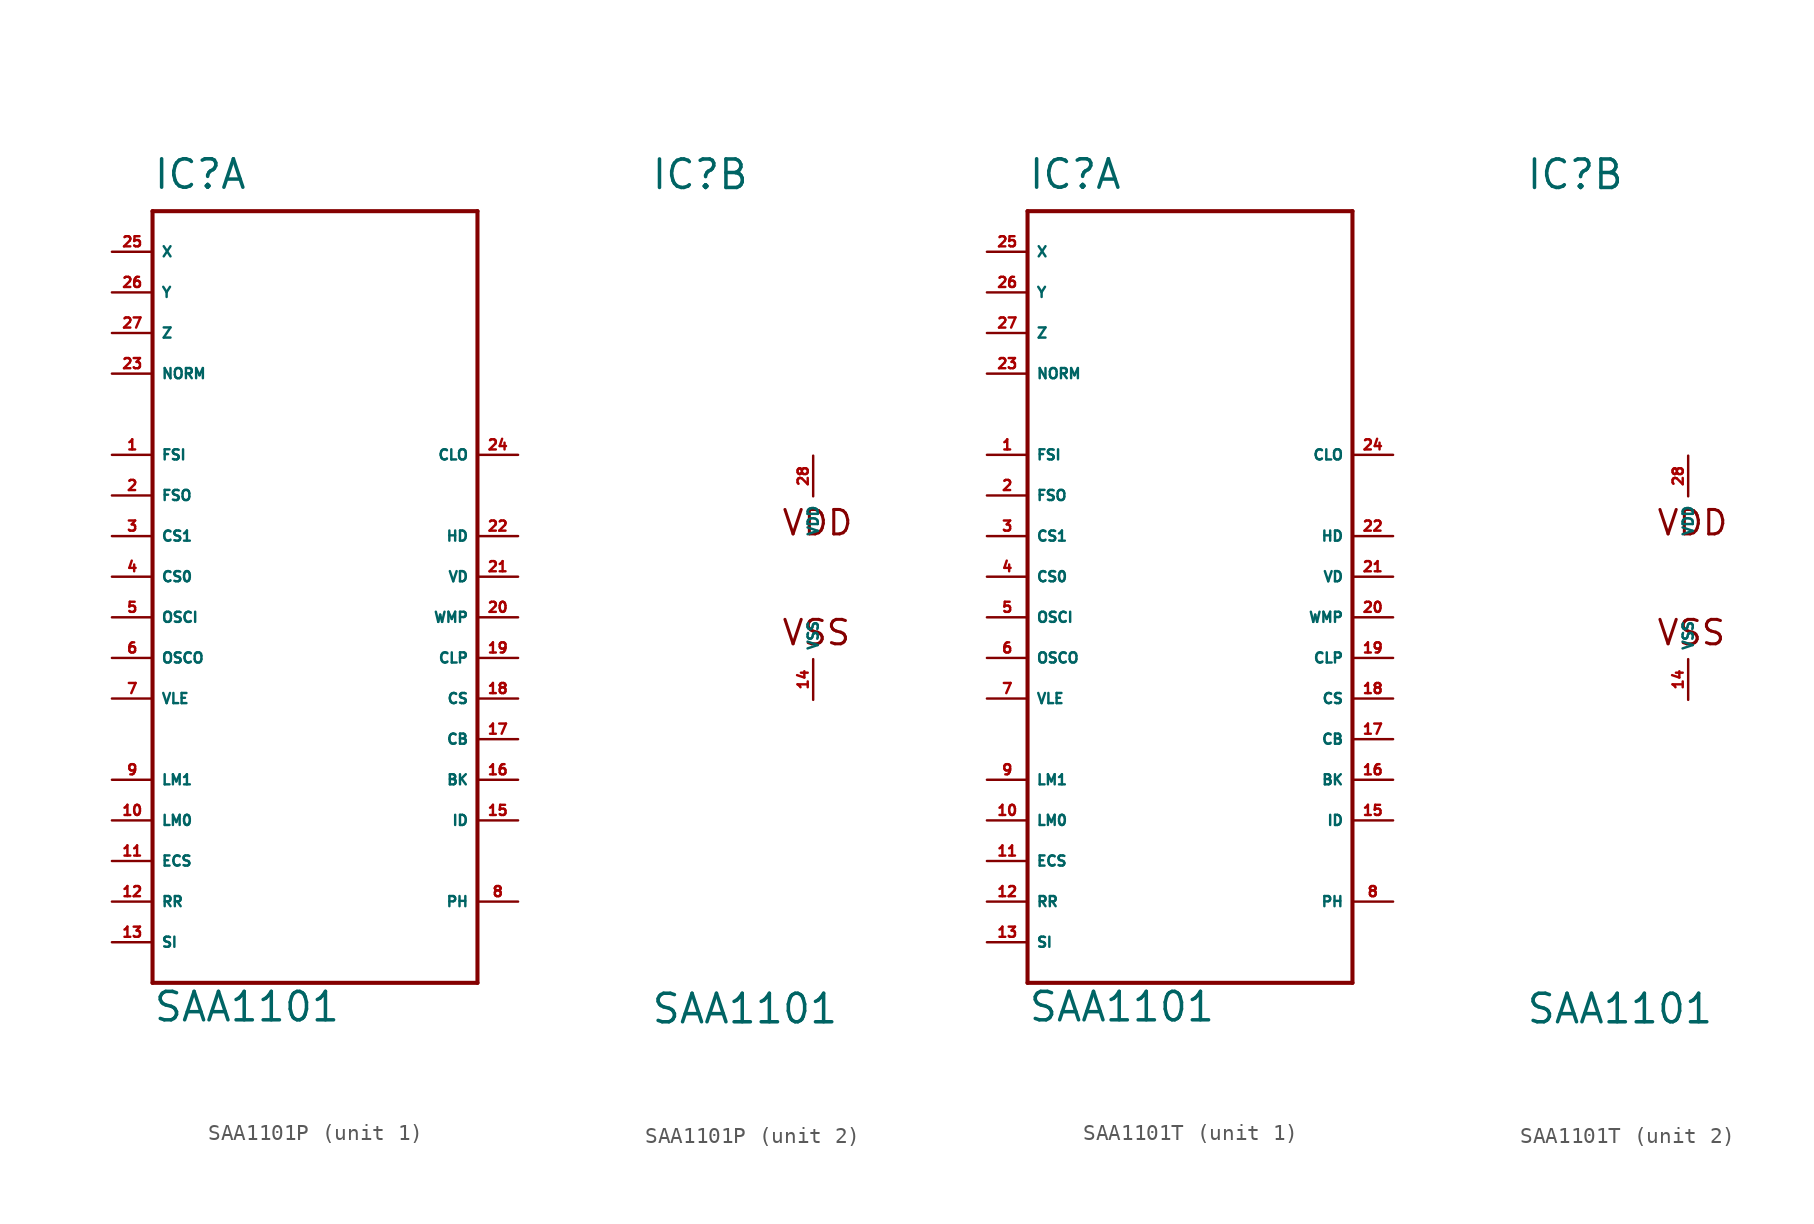
<source format=kicad_sym>
(kicad_symbol_lib
  (version 20220914)
  (generator Eagle2Kicad)
  (symbol "SAA1101P"
    (property "Reference" "IC"
      (at -10.16 24.13 0)
      (effects (font (size 1.778 1.778) (thickness 0.22)) (justify left bottom)))
    (property "Value" "SAA1101"
      (at -10.16 -27.94 0)
      (effects (font (size 1.778 1.778) (thickness 0.22)) (justify left bottom)))
    (symbol "SAA1101P_1_0"
      (polyline (pts (xy -10.16 22.86) (xy 10.16 22.86)) (stroke (width 0.254) (type default)) (fill (type none)))
      (polyline (pts (xy 10.16 22.86) (xy 10.16 -25.4)) (stroke (width 0.254) (type default)) (fill (type none)))
      (polyline (pts (xy 10.16 -25.4) (xy -10.16 -25.4)) (stroke (width 0.254) (type default)) (fill (type none)))
      (polyline (pts (xy -10.16 -25.4) (xy -10.16 22.86)) (stroke (width 0.254) (type default)) (fill (type none)))
      (pin input line (at -12.7 7.62 0) (length 2.54) (name "FSI" (effects (font (size 0.635 0.635) (thickness 0.08)) (justify left bottom))) (number "1" (effects (font (size 0.635 0.635) (thickness 0.08)) (justify left bottom))))
      (pin output line (at -12.7 5.08 0) (length 2.54) (name "FSO" (effects (font (size 0.635 0.635) (thickness 0.08)) (justify left bottom))) (number "2" (effects (font (size 0.635 0.635) (thickness 0.08)) (justify left bottom))))
      (pin input line (at -12.7 2.54 0) (length 2.54) (name "CS1" (effects (font (size 0.635 0.635) (thickness 0.08)) (justify left bottom))) (number "3" (effects (font (size 0.635 0.635) (thickness 0.08)) (justify left bottom))))
      (pin input line (at -12.7 0 0) (length 2.54) (name "CS0" (effects (font (size 0.635 0.635) (thickness 0.08)) (justify left bottom))) (number "4" (effects (font (size 0.635 0.635) (thickness 0.08)) (justify left bottom))))
      (pin input line (at -12.7 -2.54 0) (length 2.54) (name "OSCI" (effects (font (size 0.635 0.635) (thickness 0.08)) (justify left bottom))) (number "5" (effects (font (size 0.635 0.635) (thickness 0.08)) (justify left bottom))))
      (pin output line (at -12.7 -5.08 0) (length 2.54) (name "OSCO" (effects (font (size 0.635 0.635) (thickness 0.08)) (justify left bottom))) (number "6" (effects (font (size 0.635 0.635) (thickness 0.08)) (justify left bottom))))
      (pin input line (at -12.7 -7.62 0) (length 2.54) (name "VLE" (effects (font (size 0.635 0.635) (thickness 0.08)) (justify left bottom))) (number "7" (effects (font (size 0.635 0.635) (thickness 0.08)) (justify left bottom))))
      (pin tri_state line (at 12.7 -20.32 180) (length 2.54) (name "PH" (effects (font (size 0.635 0.635) (thickness 0.08)) (justify left bottom))) (number "8" (effects (font (size 0.635 0.635) (thickness 0.08)) (justify left bottom))))
      (pin input line (at -12.7 -12.7 0) (length 2.54) (name "LM1" (effects (font (size 0.635 0.635) (thickness 0.08)) (justify left bottom))) (number "9" (effects (font (size 0.635 0.635) (thickness 0.08)) (justify left bottom))))
      (pin input line (at -12.7 -15.24 0) (length 2.54) (name "LM0" (effects (font (size 0.635 0.635) (thickness 0.08)) (justify left bottom))) (number "10" (effects (font (size 0.635 0.635) (thickness 0.08)) (justify left bottom))))
      (pin input line (at -12.7 -17.78 0) (length 2.54) (name "ECS" (effects (font (size 0.635 0.635) (thickness 0.08)) (justify left bottom))) (number "11" (effects (font (size 0.635 0.635) (thickness 0.08)) (justify left bottom))))
      (pin input line (at -12.7 -20.32 0) (length 2.54) (name "RR" (effects (font (size 0.635 0.635) (thickness 0.08)) (justify left bottom))) (number "12" (effects (font (size 0.635 0.635) (thickness 0.08)) (justify left bottom))))
      (pin input line (at -12.7 -22.86 0) (length 2.54) (name "SI" (effects (font (size 0.635 0.635) (thickness 0.08)) (justify left bottom))) (number "13" (effects (font (size 0.635 0.635) (thickness 0.08)) (justify left bottom))))
      (pin output line (at 12.7 -15.24 180) (length 2.54) (name "ID" (effects (font (size 0.635 0.635) (thickness 0.08)) (justify left bottom))) (number "15" (effects (font (size 0.635 0.635) (thickness 0.08)) (justify left bottom))))
      (pin output line (at 12.7 -12.7 180) (length 2.54) (name "BK" (effects (font (size 0.635 0.635) (thickness 0.08)) (justify left bottom))) (number "16" (effects (font (size 0.635 0.635) (thickness 0.08)) (justify left bottom))))
      (pin output line (at 12.7 -10.16 180) (length 2.54) (name "CB" (effects (font (size 0.635 0.635) (thickness 0.08)) (justify left bottom))) (number "17" (effects (font (size 0.635 0.635) (thickness 0.08)) (justify left bottom))))
      (pin output line (at 12.7 -7.62 180) (length 2.54) (name "CS" (effects (font (size 0.635 0.635) (thickness 0.08)) (justify left bottom))) (number "18" (effects (font (size 0.635 0.635) (thickness 0.08)) (justify left bottom))))
      (pin output line (at 12.7 -5.08 180) (length 2.54) (name "CLP" (effects (font (size 0.635 0.635) (thickness 0.08)) (justify left bottom))) (number "19" (effects (font (size 0.635 0.635) (thickness 0.08)) (justify left bottom))))
      (pin passive line (at 12.7 -2.54 180) (length 2.54) (name "WMP" (effects (font (size 0.635 0.635) (thickness 0.08)) (justify left bottom))) (number "20" (effects (font (size 0.635 0.635) (thickness 0.08)) (justify left bottom))))
      (pin output line (at 12.7 0 180) (length 2.54) (name "VD" (effects (font (size 0.635 0.635) (thickness 0.08)) (justify left bottom))) (number "21" (effects (font (size 0.635 0.635) (thickness 0.08)) (justify left bottom))))
      (pin output line (at 12.7 2.54 180) (length 2.54) (name "HD" (effects (font (size 0.635 0.635) (thickness 0.08)) (justify left bottom))) (number "22" (effects (font (size 0.635 0.635) (thickness 0.08)) (justify left bottom))))
      (pin input line (at -12.7 12.7 0) (length 2.54) (name "NORM" (effects (font (size 0.635 0.635) (thickness 0.08)) (justify left bottom))) (number "23" (effects (font (size 0.635 0.635) (thickness 0.08)) (justify left bottom))))
      (pin output line (at 12.7 7.62 180) (length 2.54) (name "CLO" (effects (font (size 0.635 0.635) (thickness 0.08)) (justify left bottom))) (number "24" (effects (font (size 0.635 0.635) (thickness 0.08)) (justify left bottom))))
      (pin input line (at -12.7 20.32 0) (length 2.54) (name "X" (effects (font (size 0.635 0.635) (thickness 0.08)) (justify left bottom))) (number "25" (effects (font (size 0.635 0.635) (thickness 0.08)) (justify left bottom))))
      (pin input line (at -12.7 17.78 0) (length 2.54) (name "Y" (effects (font (size 0.635 0.635) (thickness 0.08)) (justify left bottom))) (number "26" (effects (font (size 0.635 0.635) (thickness 0.08)) (justify left bottom))))
      (pin input line (at -12.7 15.24 0) (length 2.54) (name "Z" (effects (font (size 0.635 0.635) (thickness 0.08)) (justify left bottom))) (number "27" (effects (font (size 0.635 0.635) (thickness 0.08)) (justify left bottom)))))
    (symbol "SAA1101P_2_0"
      (text "VDD" (at -2.032 2.54 0) (effects (font (size 1.524 1.524) (thickness 0.19)) (justify left bottom)))
      (text "VSS" (at -2.032 -4.318 0) (effects (font (size 1.524 1.524) (thickness 0.19)) (justify left bottom)))
      (pin unspecified line (at 0 7.62 270) (length 2.54) (name "VDD" (effects (font (size 0.635 0.635) (thickness 0.08)) (justify left bottom))) (number "28" (effects (font (size 0.635 0.635) (thickness 0.08)) (justify left bottom))))
      (pin unspecified line (at 0 -7.62 90) (length 2.54) (name "VSS" (effects (font (size 0.635 0.635) (thickness 0.08)) (justify left bottom))) (number "14" (effects (font (size 0.635 0.635) (thickness 0.08)) (justify left bottom))))))
  (symbol "SAA1101T"
    (property "Reference" "IC"
      (at -10.16 24.13 0)
      (effects (font (size 1.778 1.778) (thickness 0.22)) (justify left bottom)))
    (property "Value" "SAA1101"
      (at -10.16 -27.94 0)
      (effects (font (size 1.778 1.778) (thickness 0.22)) (justify left bottom)))
    (symbol "SAA1101T_1_0"
      (polyline (pts (xy -10.16 22.86) (xy 10.16 22.86)) (stroke (width 0.254) (type default)) (fill (type none)))
      (polyline (pts (xy 10.16 22.86) (xy 10.16 -25.4)) (stroke (width 0.254) (type default)) (fill (type none)))
      (polyline (pts (xy 10.16 -25.4) (xy -10.16 -25.4)) (stroke (width 0.254) (type default)) (fill (type none)))
      (polyline (pts (xy -10.16 -25.4) (xy -10.16 22.86)) (stroke (width 0.254) (type default)) (fill (type none)))
      (pin input line (at -12.7 7.62 0) (length 2.54) (name "FSI" (effects (font (size 0.635 0.635) (thickness 0.08)) (justify left bottom))) (number "1" (effects (font (size 0.635 0.635) (thickness 0.08)) (justify left bottom))))
      (pin output line (at -12.7 5.08 0) (length 2.54) (name "FSO" (effects (font (size 0.635 0.635) (thickness 0.08)) (justify left bottom))) (number "2" (effects (font (size 0.635 0.635) (thickness 0.08)) (justify left bottom))))
      (pin input line (at -12.7 2.54 0) (length 2.54) (name "CS1" (effects (font (size 0.635 0.635) (thickness 0.08)) (justify left bottom))) (number "3" (effects (font (size 0.635 0.635) (thickness 0.08)) (justify left bottom))))
      (pin input line (at -12.7 0 0) (length 2.54) (name "CS0" (effects (font (size 0.635 0.635) (thickness 0.08)) (justify left bottom))) (number "4" (effects (font (size 0.635 0.635) (thickness 0.08)) (justify left bottom))))
      (pin input line (at -12.7 -2.54 0) (length 2.54) (name "OSCI" (effects (font (size 0.635 0.635) (thickness 0.08)) (justify left bottom))) (number "5" (effects (font (size 0.635 0.635) (thickness 0.08)) (justify left bottom))))
      (pin output line (at -12.7 -5.08 0) (length 2.54) (name "OSCO" (effects (font (size 0.635 0.635) (thickness 0.08)) (justify left bottom))) (number "6" (effects (font (size 0.635 0.635) (thickness 0.08)) (justify left bottom))))
      (pin input line (at -12.7 -7.62 0) (length 2.54) (name "VLE" (effects (font (size 0.635 0.635) (thickness 0.08)) (justify left bottom))) (number "7" (effects (font (size 0.635 0.635) (thickness 0.08)) (justify left bottom))))
      (pin tri_state line (at 12.7 -20.32 180) (length 2.54) (name "PH" (effects (font (size 0.635 0.635) (thickness 0.08)) (justify left bottom))) (number "8" (effects (font (size 0.635 0.635) (thickness 0.08)) (justify left bottom))))
      (pin input line (at -12.7 -12.7 0) (length 2.54) (name "LM1" (effects (font (size 0.635 0.635) (thickness 0.08)) (justify left bottom))) (number "9" (effects (font (size 0.635 0.635) (thickness 0.08)) (justify left bottom))))
      (pin input line (at -12.7 -15.24 0) (length 2.54) (name "LM0" (effects (font (size 0.635 0.635) (thickness 0.08)) (justify left bottom))) (number "10" (effects (font (size 0.635 0.635) (thickness 0.08)) (justify left bottom))))
      (pin input line (at -12.7 -17.78 0) (length 2.54) (name "ECS" (effects (font (size 0.635 0.635) (thickness 0.08)) (justify left bottom))) (number "11" (effects (font (size 0.635 0.635) (thickness 0.08)) (justify left bottom))))
      (pin input line (at -12.7 -20.32 0) (length 2.54) (name "RR" (effects (font (size 0.635 0.635) (thickness 0.08)) (justify left bottom))) (number "12" (effects (font (size 0.635 0.635) (thickness 0.08)) (justify left bottom))))
      (pin input line (at -12.7 -22.86 0) (length 2.54) (name "SI" (effects (font (size 0.635 0.635) (thickness 0.08)) (justify left bottom))) (number "13" (effects (font (size 0.635 0.635) (thickness 0.08)) (justify left bottom))))
      (pin output line (at 12.7 -15.24 180) (length 2.54) (name "ID" (effects (font (size 0.635 0.635) (thickness 0.08)) (justify left bottom))) (number "15" (effects (font (size 0.635 0.635) (thickness 0.08)) (justify left bottom))))
      (pin output line (at 12.7 -12.7 180) (length 2.54) (name "BK" (effects (font (size 0.635 0.635) (thickness 0.08)) (justify left bottom))) (number "16" (effects (font (size 0.635 0.635) (thickness 0.08)) (justify left bottom))))
      (pin output line (at 12.7 -10.16 180) (length 2.54) (name "CB" (effects (font (size 0.635 0.635) (thickness 0.08)) (justify left bottom))) (number "17" (effects (font (size 0.635 0.635) (thickness 0.08)) (justify left bottom))))
      (pin output line (at 12.7 -7.62 180) (length 2.54) (name "CS" (effects (font (size 0.635 0.635) (thickness 0.08)) (justify left bottom))) (number "18" (effects (font (size 0.635 0.635) (thickness 0.08)) (justify left bottom))))
      (pin output line (at 12.7 -5.08 180) (length 2.54) (name "CLP" (effects (font (size 0.635 0.635) (thickness 0.08)) (justify left bottom))) (number "19" (effects (font (size 0.635 0.635) (thickness 0.08)) (justify left bottom))))
      (pin passive line (at 12.7 -2.54 180) (length 2.54) (name "WMP" (effects (font (size 0.635 0.635) (thickness 0.08)) (justify left bottom))) (number "20" (effects (font (size 0.635 0.635) (thickness 0.08)) (justify left bottom))))
      (pin output line (at 12.7 0 180) (length 2.54) (name "VD" (effects (font (size 0.635 0.635) (thickness 0.08)) (justify left bottom))) (number "21" (effects (font (size 0.635 0.635) (thickness 0.08)) (justify left bottom))))
      (pin output line (at 12.7 2.54 180) (length 2.54) (name "HD" (effects (font (size 0.635 0.635) (thickness 0.08)) (justify left bottom))) (number "22" (effects (font (size 0.635 0.635) (thickness 0.08)) (justify left bottom))))
      (pin input line (at -12.7 12.7 0) (length 2.54) (name "NORM" (effects (font (size 0.635 0.635) (thickness 0.08)) (justify left bottom))) (number "23" (effects (font (size 0.635 0.635) (thickness 0.08)) (justify left bottom))))
      (pin output line (at 12.7 7.62 180) (length 2.54) (name "CLO" (effects (font (size 0.635 0.635) (thickness 0.08)) (justify left bottom))) (number "24" (effects (font (size 0.635 0.635) (thickness 0.08)) (justify left bottom))))
      (pin input line (at -12.7 20.32 0) (length 2.54) (name "X" (effects (font (size 0.635 0.635) (thickness 0.08)) (justify left bottom))) (number "25" (effects (font (size 0.635 0.635) (thickness 0.08)) (justify left bottom))))
      (pin input line (at -12.7 17.78 0) (length 2.54) (name "Y" (effects (font (size 0.635 0.635) (thickness 0.08)) (justify left bottom))) (number "26" (effects (font (size 0.635 0.635) (thickness 0.08)) (justify left bottom))))
      (pin input line (at -12.7 15.24 0) (length 2.54) (name "Z" (effects (font (size 0.635 0.635) (thickness 0.08)) (justify left bottom))) (number "27" (effects (font (size 0.635 0.635) (thickness 0.08)) (justify left bottom)))))
    (symbol "SAA1101T_2_0"
      (text "VDD" (at -2.032 2.54 0) (effects (font (size 1.524 1.524) (thickness 0.19)) (justify left bottom)))
      (text "VSS" (at -2.032 -4.318 0) (effects (font (size 1.524 1.524) (thickness 0.19)) (justify left bottom)))
      (pin unspecified line (at 0 7.62 270) (length 2.54) (name "VDD" (effects (font (size 0.635 0.635) (thickness 0.08)) (justify left bottom))) (number "28" (effects (font (size 0.635 0.635) (thickness 0.08)) (justify left bottom))))
      (pin unspecified line (at 0 -7.62 90) (length 2.54) (name "VSS" (effects (font (size 0.635 0.635) (thickness 0.08)) (justify left bottom))) (number "14" (effects (font (size 0.635 0.635) (thickness 0.08)) (justify left bottom)))))))
</source>
